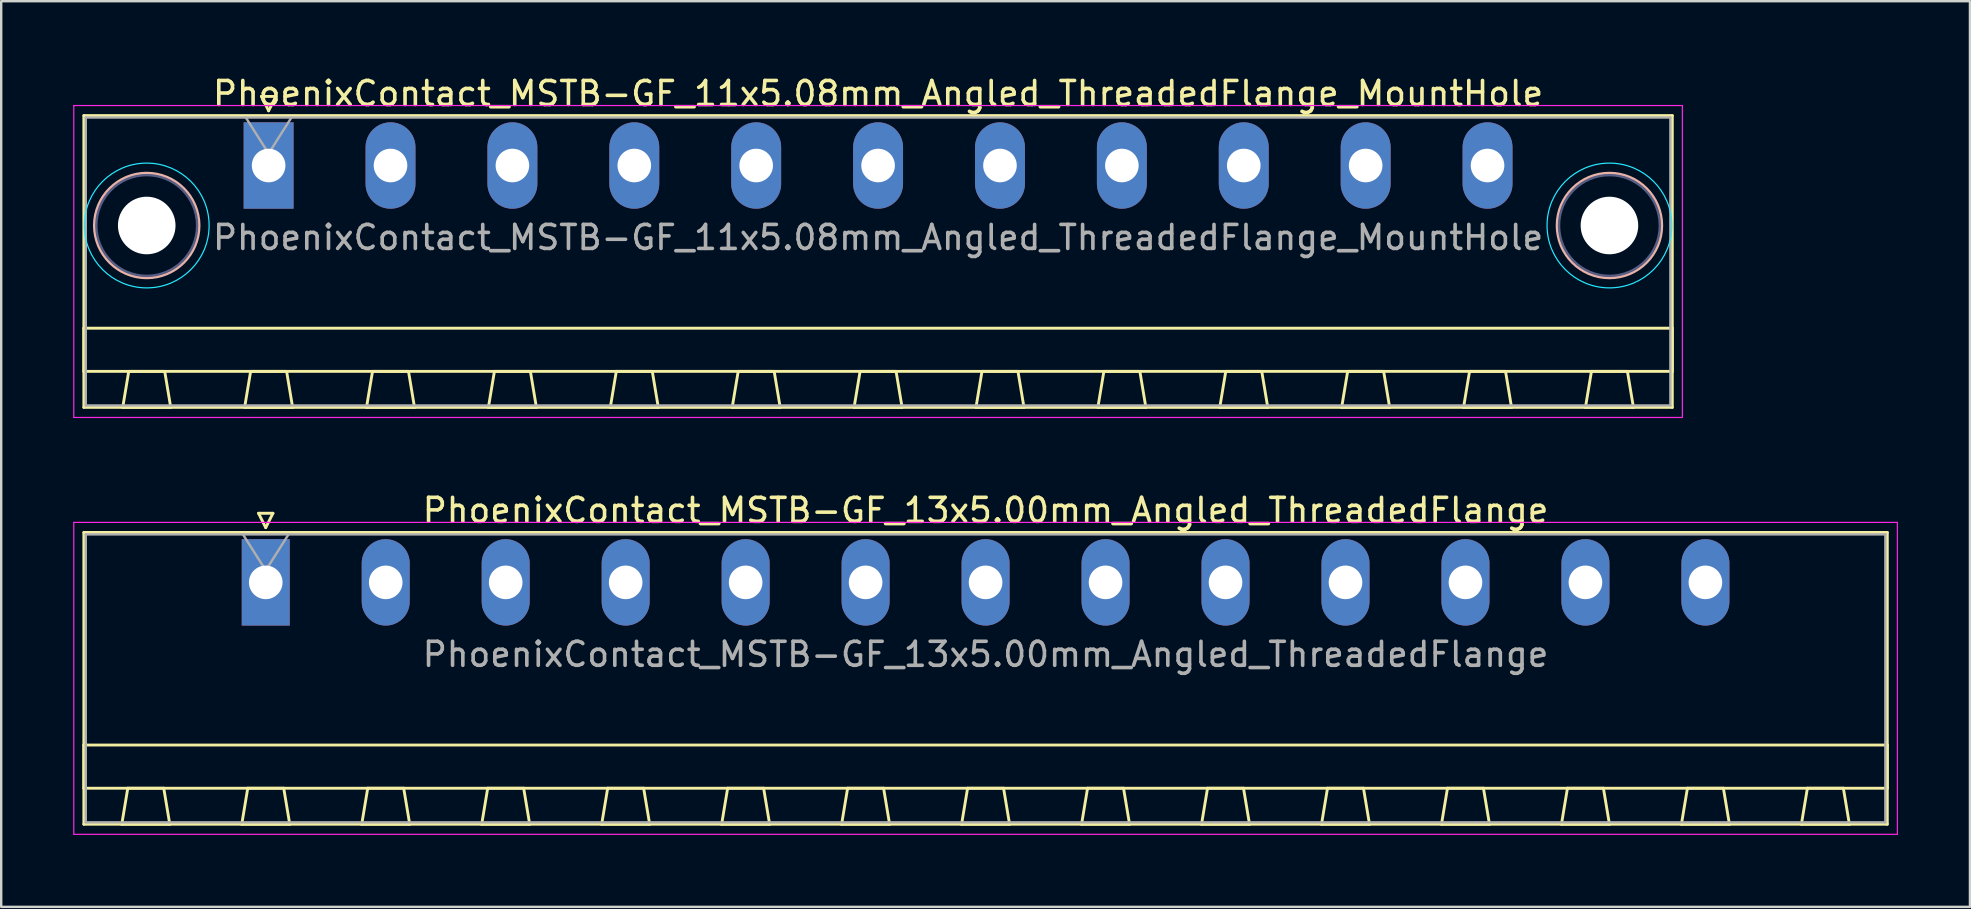
<source format=kicad_pcb>
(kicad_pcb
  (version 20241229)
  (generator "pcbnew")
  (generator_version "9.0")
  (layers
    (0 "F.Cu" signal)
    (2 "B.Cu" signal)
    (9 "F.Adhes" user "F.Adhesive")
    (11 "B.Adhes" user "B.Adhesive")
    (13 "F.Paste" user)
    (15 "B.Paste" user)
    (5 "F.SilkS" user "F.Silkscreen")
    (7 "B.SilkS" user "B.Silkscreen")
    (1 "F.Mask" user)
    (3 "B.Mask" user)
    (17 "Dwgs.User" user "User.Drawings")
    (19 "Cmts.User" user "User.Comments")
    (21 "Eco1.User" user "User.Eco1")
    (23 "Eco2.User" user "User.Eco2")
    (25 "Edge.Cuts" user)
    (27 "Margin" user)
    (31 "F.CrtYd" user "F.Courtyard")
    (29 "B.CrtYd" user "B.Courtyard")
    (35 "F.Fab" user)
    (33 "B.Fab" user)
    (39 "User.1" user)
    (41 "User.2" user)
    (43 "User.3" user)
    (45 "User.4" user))
  (footprint "PhoenixContact_MSTB-GF_13x5.00mm_Angled_ThreadedFlange"
    (layer "F.Cu")
    (at 8.025 21.221)
    (property "Reference" "PhoenixContact_MSTB-GF_13x5.00mm_Angled_ThreadedFlange" (at 30 -3 0) (layer "F.SilkS") (effects (font (size 1 1) (thickness 0.15))))
    (attr through_hole)
    (fp_line (start -7.58 -2.08) (end -7.58 10.08) (stroke (width 0.12) (type solid)) (layer "F.SilkS"))
    (fp_line (start -7.58 6.78) (end 67.58 6.78) (stroke (width 0.12) (type solid)) (layer "F.SilkS"))
    (fp_line (start -7.58 8.58) (end -7.58 6.78) (stroke (width 0.12) (type solid)) (layer "F.SilkS"))
    (fp_line (start -7.58 10.08) (end 67.58 10.08) (stroke (width 0.12) (type solid)) (layer "F.SilkS"))
    (fp_line (start -6 10.08) (end -4 10.08) (stroke (width 0.12) (type solid)) (layer "F.SilkS"))
    (fp_line (start -5.75 8.58) (end -6 10.08) (stroke (width 0.12) (type solid)) (layer "F.SilkS"))
    (fp_line (start -4.25 8.58) (end -5.75 8.58) (stroke (width 0.12) (type solid)) (layer "F.SilkS"))
    (fp_line (start -4 10.08) (end -4.25 8.58) (stroke (width 0.12) (type solid)) (layer "F.SilkS"))
    (fp_line (start -1 10.08) (end 1 10.08) (stroke (width 0.12) (type solid)) (layer "F.SilkS"))
    (fp_line (start -0.75 8.58) (end -1 10.08) (stroke (width 0.12) (type solid)) (layer "F.SilkS"))
    (fp_line (start -0.3 -2.88) (end 0.3 -2.88) (stroke (width 0.12) (type solid)) (layer "F.SilkS"))
    (fp_line (start 0 -2.28) (end -0.3 -2.88) (stroke (width 0.12) (type solid)) (layer "F.SilkS"))
    (fp_line (start 0.3 -2.88) (end 0 -2.28) (stroke (width 0.12) (type solid)) (layer "F.SilkS"))
    (fp_line (start 0.75 8.58) (end -0.75 8.58) (stroke (width 0.12) (type solid)) (layer "F.SilkS"))
    (fp_line (start 1 10.08) (end 0.75 8.58) (stroke (width 0.12) (type solid)) (layer "F.SilkS"))
    (fp_line (start 4 10.08) (end 6 10.08) (stroke (width 0.12) (type solid)) (layer "F.SilkS"))
    (fp_line (start 4.25 8.58) (end 4 10.08) (stroke (width 0.12) (type solid)) (layer "F.SilkS"))
    (fp_line (start 5.75 8.58) (end 4.25 8.58) (stroke (width 0.12) (type solid)) (layer "F.SilkS"))
    (fp_line (start 6 10.08) (end 5.75 8.58) (stroke (width 0.12) (type solid)) (layer "F.SilkS"))
    (fp_line (start 9 10.08) (end 11 10.08) (stroke (width 0.12) (type solid)) (layer "F.SilkS"))
    (fp_line (start 9.25 8.58) (end 9 10.08) (stroke (width 0.12) (type solid)) (layer "F.SilkS"))
    (fp_line (start 10.75 8.58) (end 9.25 8.58) (stroke (width 0.12) (type solid)) (layer "F.SilkS"))
    (fp_line (start 11 10.08) (end 10.75 8.58) (stroke (width 0.12) (type solid)) (layer "F.SilkS"))
    (fp_line (start 14 10.08) (end 16 10.08) (stroke (width 0.12) (type solid)) (layer "F.SilkS"))
    (fp_line (start 14.25 8.58) (end 14 10.08) (stroke (width 0.12) (type solid)) (layer "F.SilkS"))
    (fp_line (start 15.75 8.58) (end 14.25 8.58) (stroke (width 0.12) (type solid)) (layer "F.SilkS"))
    (fp_line (start 16 10.08) (end 15.75 8.58) (stroke (width 0.12) (type solid)) (layer "F.SilkS"))
    (fp_line (start 19 10.08) (end 21 10.08) (stroke (width 0.12) (type solid)) (layer "F.SilkS"))
    (fp_line (start 19.25 8.58) (end 19 10.08) (stroke (width 0.12) (type solid)) (layer "F.SilkS"))
    (fp_line (start 20.75 8.58) (end 19.25 8.58) (stroke (width 0.12) (type solid)) (layer "F.SilkS"))
    (fp_line (start 21 10.08) (end 20.75 8.58) (stroke (width 0.12) (type solid)) (layer "F.SilkS"))
    (fp_line (start 24 10.08) (end 26 10.08) (stroke (width 0.12) (type solid)) (layer "F.SilkS"))
    (fp_line (start 24.25 8.58) (end 24 10.08) (stroke (width 0.12) (type solid)) (layer "F.SilkS"))
    (fp_line (start 25.75 8.58) (end 24.25 8.58) (stroke (width 0.12) (type solid)) (layer "F.SilkS"))
    (fp_line (start 26 10.08) (end 25.75 8.58) (stroke (width 0.12) (type solid)) (layer "F.SilkS"))
    (fp_line (start 29 10.08) (end 31 10.08) (stroke (width 0.12) (type solid)) (layer "F.SilkS"))
    (fp_line (start 29.25 8.58) (end 29 10.08) (stroke (width 0.12) (type solid)) (layer "F.SilkS"))
    (fp_line (start 30.75 8.58) (end 29.25 8.58) (stroke (width 0.12) (type solid)) (layer "F.SilkS"))
    (fp_line (start 31 10.08) (end 30.75 8.58) (stroke (width 0.12) (type solid)) (layer "F.SilkS"))
    (fp_line (start 34 10.08) (end 36 10.08) (stroke (width 0.12) (type solid)) (layer "F.SilkS"))
    (fp_line (start 34.25 8.58) (end 34 10.08) (stroke (width 0.12) (type solid)) (layer "F.SilkS"))
    (fp_line (start 35.75 8.58) (end 34.25 8.58) (stroke (width 0.12) (type solid)) (layer "F.SilkS"))
    (fp_line (start 36 10.08) (end 35.75 8.58) (stroke (width 0.12) (type solid)) (layer "F.SilkS"))
    (fp_line (start 39 10.08) (end 41 10.08) (stroke (width 0.12) (type solid)) (layer "F.SilkS"))
    (fp_line (start 39.25 8.58) (end 39 10.08) (stroke (width 0.12) (type solid)) (layer "F.SilkS"))
    (fp_line (start 40.75 8.58) (end 39.25 8.58) (stroke (width 0.12) (type solid)) (layer "F.SilkS"))
    (fp_line (start 41 10.08) (end 40.75 8.58) (stroke (width 0.12) (type solid)) (layer "F.SilkS"))
    (fp_line (start 44 10.08) (end 46 10.08) (stroke (width 0.12) (type solid)) (layer "F.SilkS"))
    (fp_line (start 44.25 8.58) (end 44 10.08) (stroke (width 0.12) (type solid)) (layer "F.SilkS"))
    (fp_line (start 45.75 8.58) (end 44.25 8.58) (stroke (width 0.12) (type solid)) (layer "F.SilkS"))
    (fp_line (start 46 10.08) (end 45.75 8.58) (stroke (width 0.12) (type solid)) (layer "F.SilkS"))
    (fp_line (start 49 10.08) (end 51 10.08) (stroke (width 0.12) (type solid)) (layer "F.SilkS"))
    (fp_line (start 49.25 8.58) (end 49 10.08) (stroke (width 0.12) (type solid)) (layer "F.SilkS"))
    (fp_line (start 50.75 8.58) (end 49.25 8.58) (stroke (width 0.12) (type solid)) (layer "F.SilkS"))
    (fp_line (start 51 10.08) (end 50.75 8.58) (stroke (width 0.12) (type solid)) (layer "F.SilkS"))
    (fp_line (start 54 10.08) (end 56 10.08) (stroke (width 0.12) (type solid)) (layer "F.SilkS"))
    (fp_line (start 54.25 8.58) (end 54 10.08) (stroke (width 0.12) (type solid)) (layer "F.SilkS"))
    (fp_line (start 55.75 8.58) (end 54.25 8.58) (stroke (width 0.12) (type solid)) (layer "F.SilkS"))
    (fp_line (start 56 10.08) (end 55.75 8.58) (stroke (width 0.12) (type solid)) (layer "F.SilkS"))
    (fp_line (start 59 10.08) (end 61 10.08) (stroke (width 0.12) (type solid)) (layer "F.SilkS"))
    (fp_line (start 59.25 8.58) (end 59 10.08) (stroke (width 0.12) (type solid)) (layer "F.SilkS"))
    (fp_line (start 60.75 8.58) (end 59.25 8.58) (stroke (width 0.12) (type solid)) (layer "F.SilkS"))
    (fp_line (start 61 10.08) (end 60.75 8.58) (stroke (width 0.12) (type solid)) (layer "F.SilkS"))
    (fp_line (start 64 10.08) (end 66 10.08) (stroke (width 0.12) (type solid)) (layer "F.SilkS"))
    (fp_line (start 64.25 8.58) (end 64 10.08) (stroke (width 0.12) (type solid)) (layer "F.SilkS"))
    (fp_line (start 65.75 8.58) (end 64.25 8.58) (stroke (width 0.12) (type solid)) (layer "F.SilkS"))
    (fp_line (start 66 10.08) (end 65.75 8.58) (stroke (width 0.12) (type solid)) (layer "F.SilkS"))
    (fp_line (start 67.58 -2.08) (end -7.58 -2.08) (stroke (width 0.12) (type solid)) (layer "F.SilkS"))
    (fp_line (start 67.58 6.78) (end 67.58 8.58) (stroke (width 0.12) (type solid)) (layer "F.SilkS"))
    (fp_line (start 67.58 8.58) (end -7.58 8.58) (stroke (width 0.12) (type solid)) (layer "F.SilkS"))
    (fp_line (start 67.58 10.08) (end 67.58 -2.08) (stroke (width 0.12) (type solid)) (layer "F.SilkS"))
    (fp_line (start -8 -2.5) (end -8 10.5) (stroke (width 0.05) (type solid)) (layer "F.CrtYd"))
    (fp_line (start -8 10.5) (end 68 10.5) (stroke (width 0.05) (type solid)) (layer "F.CrtYd"))
    (fp_line (start 68 -2.5) (end -8 -2.5) (stroke (width 0.05) (type solid)) (layer "F.CrtYd"))
    (fp_line (start 68 10.5) (end 68 -2.5) (stroke (width 0.05) (type solid)) (layer "F.CrtYd"))
    (fp_line (start -7.5 -2) (end -7.5 10) (stroke (width 0.1) (type solid)) (layer "F.Fab"))
    (fp_line (start -7.5 10) (end 67.5 10) (stroke (width 0.1) (type solid)) (layer "F.Fab"))
    (fp_line (start 0 -0.5) (end -0.95 -2) (stroke (width 0.1) (type solid)) (layer "F.Fab"))
    (fp_line (start 0.95 -2) (end 0 -0.5) (stroke (width 0.1) (type solid)) (layer "F.Fab"))
    (fp_line (start 67.5 -2) (end -7.5 -2) (stroke (width 0.1) (type solid)) (layer "F.Fab"))
    (fp_line (start 67.5 10) (end 67.5 -2) (stroke (width 0.1) (type solid)) (layer "F.Fab"))
    (fp_text user "${REFERENCE}" (at 30 3 0) (layer "F.Fab") (effects (font (size 1 1) (thickness 0.15))))
    (pad "1" thru_hole rect (at 0 0) (size 2 3.6) (drill 1.4) (layers "*.Cu" "*.Mask"))
    (pad "2" thru_hole oval (at 5 0) (size 2 3.6) (drill 1.4) (layers "*.Cu" "*.Mask"))
    (pad "3" thru_hole oval (at 10 0) (size 2 3.6) (drill 1.4) (layers "*.Cu" "*.Mask"))
    (pad "4" thru_hole oval (at 15 0) (size 2 3.6) (drill 1.4) (layers "*.Cu" "*.Mask"))
    (pad "5" thru_hole oval (at 20 0) (size 2 3.6) (drill 1.4) (layers "*.Cu" "*.Mask"))
    (pad "6" thru_hole oval (at 25 0) (size 2 3.6) (drill 1.4) (layers "*.Cu" "*.Mask"))
    (pad "7" thru_hole oval (at 30 0) (size 2 3.6) (drill 1.4) (layers "*.Cu" "*.Mask"))
    (pad "8" thru_hole oval (at 35 0) (size 2 3.6) (drill 1.4) (layers "*.Cu" "*.Mask"))
    (pad "9" thru_hole oval (at 40 0) (size 2 3.6) (drill 1.4) (layers "*.Cu" "*.Mask"))
    (pad "10" thru_hole oval (at 45 0) (size 2 3.6) (drill 1.4) (layers "*.Cu" "*.Mask"))
    (pad "11" thru_hole oval (at 50 0) (size 2 3.6) (drill 1.4) (layers "*.Cu" "*.Mask"))
    (pad "12" thru_hole oval (at 55 0) (size 2 3.6) (drill 1.4) (layers "*.Cu" "*.Mask"))
    (pad "13" thru_hole oval (at 60 0) (size 2 3.6) (drill 1.4) (layers "*.Cu" "*.Mask")))
  (footprint "PhoenixContact_MSTB-GF_11x5.08mm_Angled_ThreadedFlange_MountHole"
    (layer "F.Cu")
    (at 8.145 3.848)
    (property "Reference" "PhoenixContact_MSTB-GF_11x5.08mm_Angled_ThreadedFlange_MountHole" (at 25.4 -3 0) (layer "F.SilkS") (effects (font (size 1 1) (thickness 0.15))))
    (attr through_hole)
    (fp_line (start -7.7 -2.08) (end -7.7 10.08) (stroke (width 0.12) (type solid)) (layer "F.SilkS"))
    (fp_line (start -7.7 6.78) (end 58.5 6.78) (stroke (width 0.12) (type solid)) (layer "F.SilkS"))
    (fp_line (start -7.7 8.58) (end -7.7 6.78) (stroke (width 0.12) (type solid)) (layer "F.SilkS"))
    (fp_line (start -7.7 10.08) (end 58.5 10.08) (stroke (width 0.12) (type solid)) (layer "F.SilkS"))
    (fp_line (start -6.08 10.08) (end -4.08 10.08) (stroke (width 0.12) (type solid)) (layer "F.SilkS"))
    (fp_line (start -5.83 8.58) (end -6.08 10.08) (stroke (width 0.12) (type solid)) (layer "F.SilkS"))
    (fp_line (start -4.33 8.58) (end -5.83 8.58) (stroke (width 0.12) (type solid)) (layer "F.SilkS"))
    (fp_line (start -4.08 10.08) (end -4.33 8.58) (stroke (width 0.12) (type solid)) (layer "F.SilkS"))
    (fp_line (start -1 10.08) (end 1 10.08) (stroke (width 0.12) (type solid)) (layer "F.SilkS"))
    (fp_line (start -0.75 8.58) (end -1 10.08) (stroke (width 0.12) (type solid)) (layer "F.SilkS"))
    (fp_line (start -0.3 -2.88) (end 0.3 -2.88) (stroke (width 0.12) (type solid)) (layer "F.SilkS"))
    (fp_line (start 0 -2.28) (end -0.3 -2.88) (stroke (width 0.12) (type solid)) (layer "F.SilkS"))
    (fp_line (start 0.3 -2.88) (end 0 -2.28) (stroke (width 0.12) (type solid)) (layer "F.SilkS"))
    (fp_line (start 0.75 8.58) (end -0.75 8.58) (stroke (width 0.12) (type solid)) (layer "F.SilkS"))
    (fp_line (start 1 10.08) (end 0.75 8.58) (stroke (width 0.12) (type solid)) (layer "F.SilkS"))
    (fp_line (start 4.08 10.08) (end 6.08 10.08) (stroke (width 0.12) (type solid)) (layer "F.SilkS"))
    (fp_line (start 4.33 8.58) (end 4.08 10.08) (stroke (width 0.12) (type solid)) (layer "F.SilkS"))
    (fp_line (start 5.83 8.58) (end 4.33 8.58) (stroke (width 0.12) (type solid)) (layer "F.SilkS"))
    (fp_line (start 6.08 10.08) (end 5.83 8.58) (stroke (width 0.12) (type solid)) (layer "F.SilkS"))
    (fp_line (start 9.16 10.08) (end 11.16 10.08) (stroke (width 0.12) (type solid)) (layer "F.SilkS"))
    (fp_line (start 9.41 8.58) (end 9.16 10.08) (stroke (width 0.12) (type solid)) (layer "F.SilkS"))
    (fp_line (start 10.91 8.58) (end 9.41 8.58) (stroke (width 0.12) (type solid)) (layer "F.SilkS"))
    (fp_line (start 11.16 10.08) (end 10.91 8.58) (stroke (width 0.12) (type solid)) (layer "F.SilkS"))
    (fp_line (start 14.24 10.08) (end 16.24 10.08) (stroke (width 0.12) (type solid)) (layer "F.SilkS"))
    (fp_line (start 14.49 8.58) (end 14.24 10.08) (stroke (width 0.12) (type solid)) (layer "F.SilkS"))
    (fp_line (start 15.99 8.58) (end 14.49 8.58) (stroke (width 0.12) (type solid)) (layer "F.SilkS"))
    (fp_line (start 16.24 10.08) (end 15.99 8.58) (stroke (width 0.12) (type solid)) (layer "F.SilkS"))
    (fp_line (start 19.32 10.08) (end 21.32 10.08) (stroke (width 0.12) (type solid)) (layer "F.SilkS"))
    (fp_line (start 19.57 8.58) (end 19.32 10.08) (stroke (width 0.12) (type solid)) (layer "F.SilkS"))
    (fp_line (start 21.07 8.58) (end 19.57 8.58) (stroke (width 0.12) (type solid)) (layer "F.SilkS"))
    (fp_line (start 21.32 10.08) (end 21.07 8.58) (stroke (width 0.12) (type solid)) (layer "F.SilkS"))
    (fp_line (start 24.4 10.08) (end 26.4 10.08) (stroke (width 0.12) (type solid)) (layer "F.SilkS"))
    (fp_line (start 24.65 8.58) (end 24.4 10.08) (stroke (width 0.12) (type solid)) (layer "F.SilkS"))
    (fp_line (start 26.15 8.58) (end 24.65 8.58) (stroke (width 0.12) (type solid)) (layer "F.SilkS"))
    (fp_line (start 26.4 10.08) (end 26.15 8.58) (stroke (width 0.12) (type solid)) (layer "F.SilkS"))
    (fp_line (start 29.48 10.08) (end 31.48 10.08) (stroke (width 0.12) (type solid)) (layer "F.SilkS"))
    (fp_line (start 29.73 8.58) (end 29.48 10.08) (stroke (width 0.12) (type solid)) (layer "F.SilkS"))
    (fp_line (start 31.23 8.58) (end 29.73 8.58) (stroke (width 0.12) (type solid)) (layer "F.SilkS"))
    (fp_line (start 31.48 10.08) (end 31.23 8.58) (stroke (width 0.12) (type solid)) (layer "F.SilkS"))
    (fp_line (start 34.56 10.08) (end 36.56 10.08) (stroke (width 0.12) (type solid)) (layer "F.SilkS"))
    (fp_line (start 34.81 8.58) (end 34.56 10.08) (stroke (width 0.12) (type solid)) (layer "F.SilkS"))
    (fp_line (start 36.31 8.58) (end 34.81 8.58) (stroke (width 0.12) (type solid)) (layer "F.SilkS"))
    (fp_line (start 36.56 10.08) (end 36.31 8.58) (stroke (width 0.12) (type solid)) (layer "F.SilkS"))
    (fp_line (start 39.64 10.08) (end 41.64 10.08) (stroke (width 0.12) (type solid)) (layer "F.SilkS"))
    (fp_line (start 39.89 8.58) (end 39.64 10.08) (stroke (width 0.12) (type solid)) (layer "F.SilkS"))
    (fp_line (start 41.39 8.58) (end 39.89 8.58) (stroke (width 0.12) (type solid)) (layer "F.SilkS"))
    (fp_line (start 41.64 10.08) (end 41.39 8.58) (stroke (width 0.12) (type solid)) (layer "F.SilkS"))
    (fp_line (start 44.72 10.08) (end 46.72 10.08) (stroke (width 0.12) (type solid)) (layer "F.SilkS"))
    (fp_line (start 44.97 8.58) (end 44.72 10.08) (stroke (width 0.12) (type solid)) (layer "F.SilkS"))
    (fp_line (start 46.47 8.58) (end 44.97 8.58) (stroke (width 0.12) (type solid)) (layer "F.SilkS"))
    (fp_line (start 46.72 10.08) (end 46.47 8.58) (stroke (width 0.12) (type solid)) (layer "F.SilkS"))
    (fp_line (start 49.8 10.08) (end 51.8 10.08) (stroke (width 0.12) (type solid)) (layer "F.SilkS"))
    (fp_line (start 50.05 8.58) (end 49.8 10.08) (stroke (width 0.12) (type solid)) (layer "F.SilkS"))
    (fp_line (start 51.55 8.58) (end 50.05 8.58) (stroke (width 0.12) (type solid)) (layer "F.SilkS"))
    (fp_line (start 51.8 10.08) (end 51.55 8.58) (stroke (width 0.12) (type solid)) (layer "F.SilkS"))
    (fp_line (start 54.88 10.08) (end 56.88 10.08) (stroke (width 0.12) (type solid)) (layer "F.SilkS"))
    (fp_line (start 55.13 8.58) (end 54.88 10.08) (stroke (width 0.12) (type solid)) (layer "F.SilkS"))
    (fp_line (start 56.63 8.58) (end 55.13 8.58) (stroke (width 0.12) (type solid)) (layer "F.SilkS"))
    (fp_line (start 56.88 10.08) (end 56.63 8.58) (stroke (width 0.12) (type solid)) (layer "F.SilkS"))
    (fp_line (start 58.5 -2.08) (end -7.7 -2.08) (stroke (width 0.12) (type solid)) (layer "F.SilkS"))
    (fp_line (start 58.5 6.78) (end 58.5 8.58) (stroke (width 0.12) (type solid)) (layer "F.SilkS"))
    (fp_line (start 58.5 8.58) (end -7.7 8.58) (stroke (width 0.12) (type solid)) (layer "F.SilkS"))
    (fp_line (start 58.5 10.08) (end 58.5 -2.08) (stroke (width 0.12) (type solid)) (layer "F.SilkS"))
    (fp_circle (center -5.08 2.5) (end -2.9 2.5) (stroke (width 0.12) (type solid)) (fill no) (layer "B.SilkS"))
    (fp_circle (center 55.88 2.5) (end 58.06 2.5) (stroke (width 0.12) (type solid)) (fill no) (layer "B.SilkS"))
    (fp_circle (center -5.08 2.5) (end -2.48 2.5) (stroke (width 0.05) (type solid)) (fill no) (layer "B.CrtYd"))
    (fp_circle (center 55.88 2.5) (end 58.48 2.5) (stroke (width 0.05) (type solid)) (fill no) (layer "B.CrtYd"))
    (fp_line (start -8.12 -2.5) (end -8.12 10.5) (stroke (width 0.05) (type solid)) (layer "F.CrtYd"))
    (fp_line (start -8.12 10.5) (end 58.92 10.5) (stroke (width 0.05) (type solid)) (layer "F.CrtYd"))
    (fp_line (start 58.92 -2.5) (end -8.12 -2.5) (stroke (width 0.05) (type solid)) (layer "F.CrtYd"))
    (fp_line (start 58.92 10.5) (end 58.92 -2.5) (stroke (width 0.05) (type solid)) (layer "F.CrtYd"))
    (fp_circle (center -5.08 2.5) (end -2.98 2.5) (stroke (width 0.1) (type solid)) (fill no) (layer "B.Fab"))
    (fp_circle (center 55.88 2.5) (end 57.98 2.5) (stroke (width 0.1) (type solid)) (fill no) (layer "B.Fab"))
    (fp_line (start -7.62 -2) (end -7.62 10) (stroke (width 0.1) (type solid)) (layer "F.Fab"))
    (fp_line (start -7.62 10) (end 58.42 10) (stroke (width 0.1) (type solid)) (layer "F.Fab"))
    (fp_line (start 0 -0.5) (end -0.95 -2) (stroke (width 0.1) (type solid)) (layer "F.Fab"))
    (fp_line (start 0.95 -2) (end 0 -0.5) (stroke (width 0.1) (type solid)) (layer "F.Fab"))
    (fp_line (start 58.42 -2) (end -7.62 -2) (stroke (width 0.1) (type solid)) (layer "F.Fab"))
    (fp_line (start 58.42 10) (end 58.42 -2) (stroke (width 0.1) (type solid)) (layer "F.Fab"))
    (fp_text user "${REFERENCE}" (at 25.4 3 0) (layer "F.Fab") (effects (font (size 1 1) (thickness 0.15))))
    (pad "" np_thru_hole circle (at -5.08 2.5) (size 2.4 2.4) (drill 2.4) (layers "*.Cu" "*.Mask"))
    (pad "" np_thru_hole circle (at 55.88 2.5) (size 2.4 2.4) (drill 2.4) (layers "*.Cu" "*.Mask"))
    (pad "1" thru_hole rect (at 0 0) (size 2.08 3.6) (drill 1.4) (layers "*.Cu" "*.Mask"))
    (pad "2" thru_hole oval (at 5.08 0) (size 2.08 3.6) (drill 1.4) (layers "*.Cu" "*.Mask"))
    (pad "3" thru_hole oval (at 10.16 0) (size 2.08 3.6) (drill 1.4) (layers "*.Cu" "*.Mask"))
    (pad "4" thru_hole oval (at 15.24 0) (size 2.08 3.6) (drill 1.4) (layers "*.Cu" "*.Mask"))
    (pad "5" thru_hole oval (at 20.32 0) (size 2.08 3.6) (drill 1.4) (layers "*.Cu" "*.Mask"))
    (pad "6" thru_hole oval (at 25.4 0) (size 2.08 3.6) (drill 1.4) (layers "*.Cu" "*.Mask"))
    (pad "7" thru_hole oval (at 30.48 0) (size 2.08 3.6) (drill 1.4) (layers "*.Cu" "*.Mask"))
    (pad "8" thru_hole oval (at 35.56 0) (size 2.08 3.6) (drill 1.4) (layers "*.Cu" "*.Mask"))
    (pad "9" thru_hole oval (at 40.64 0) (size 2.08 3.6) (drill 1.4) (layers "*.Cu" "*.Mask"))
    (pad "10" thru_hole oval (at 45.72 0) (size 2.08 3.6) (drill 1.4) (layers "*.Cu" "*.Mask"))
    (pad "11" thru_hole oval (at 50.8 0) (size 2.08 3.6) (drill 1.4) (layers "*.Cu" "*.Mask")))
  (gr_rect
    (start -3 -3)
    (end 79.05 34.746)
    (stroke (width 0.1) (type default))
    (fill no)
    (layer "Edge.Cuts")))
</source>
